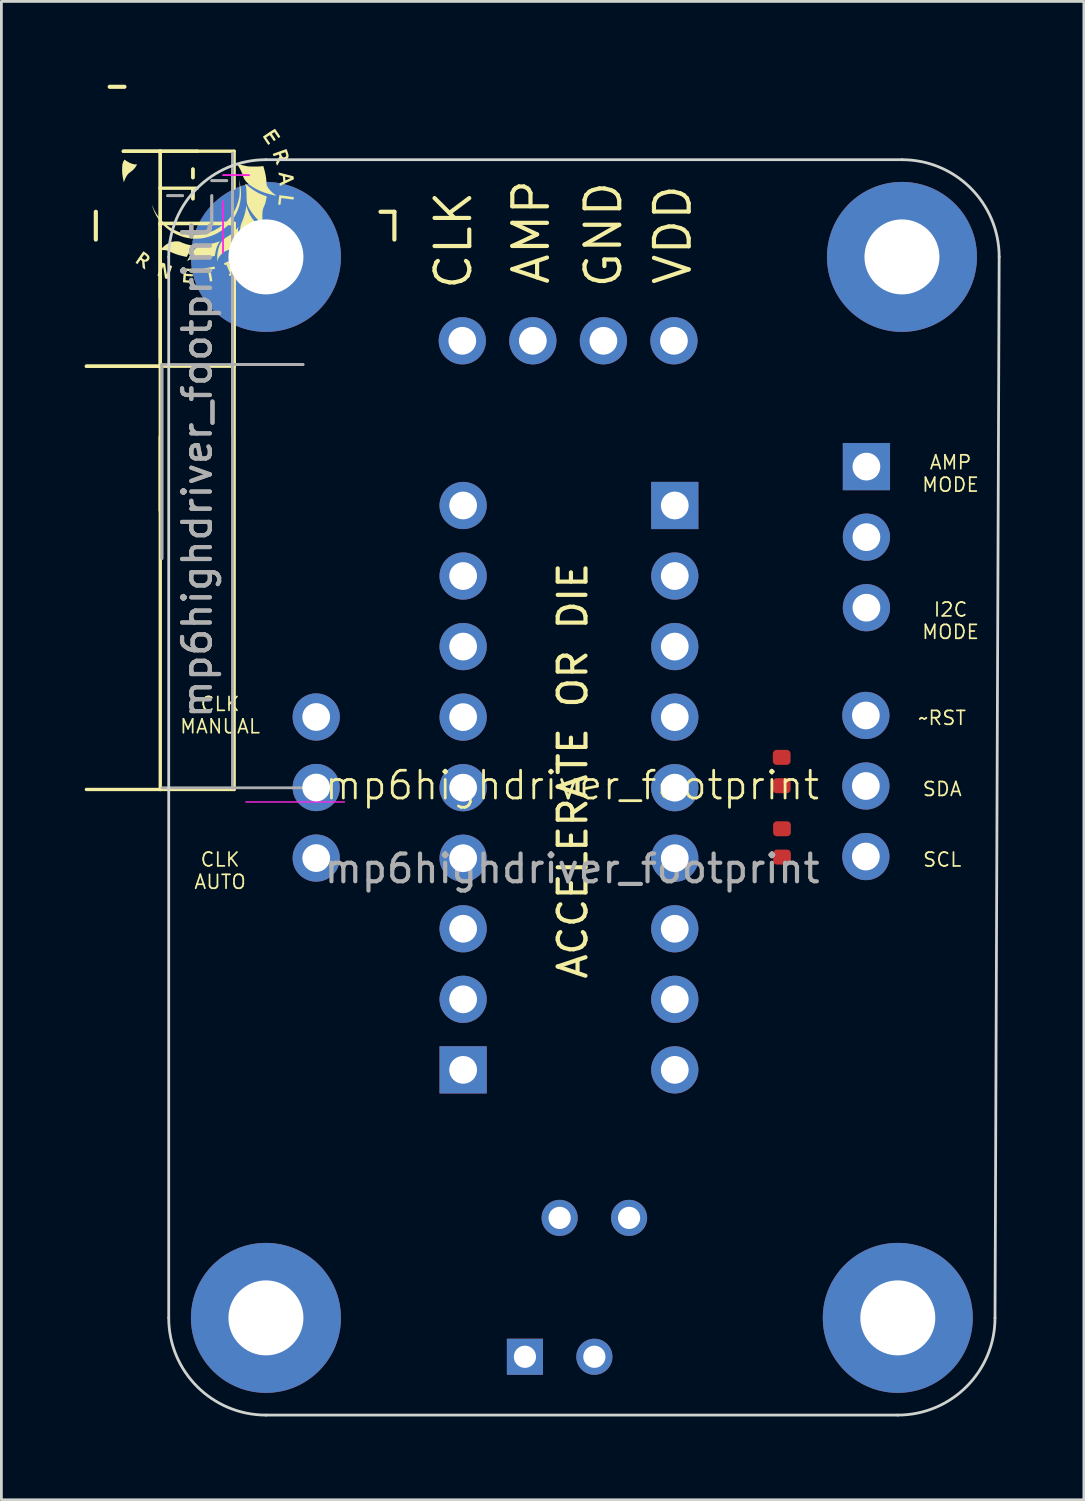
<source format=kicad_pcb>
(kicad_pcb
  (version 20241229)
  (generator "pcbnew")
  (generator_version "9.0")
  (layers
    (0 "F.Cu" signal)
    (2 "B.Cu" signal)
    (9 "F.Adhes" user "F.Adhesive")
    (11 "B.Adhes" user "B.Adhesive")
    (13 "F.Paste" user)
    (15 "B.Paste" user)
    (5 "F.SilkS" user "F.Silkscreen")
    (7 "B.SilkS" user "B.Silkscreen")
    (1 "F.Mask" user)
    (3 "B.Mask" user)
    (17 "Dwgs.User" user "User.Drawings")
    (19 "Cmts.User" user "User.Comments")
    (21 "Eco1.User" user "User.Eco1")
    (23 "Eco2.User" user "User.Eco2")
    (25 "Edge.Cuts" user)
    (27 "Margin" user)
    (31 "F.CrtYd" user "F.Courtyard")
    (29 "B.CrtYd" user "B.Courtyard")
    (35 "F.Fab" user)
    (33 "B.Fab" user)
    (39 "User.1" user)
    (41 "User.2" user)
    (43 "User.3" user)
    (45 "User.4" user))
  (footprint "mp6highdriver_footprint"
    (layer "F.Cu")
    (at 17.55 25.725)
    (property "Reference" "mp6highdriver_footprint" (at 0 -0.5 0) (unlocked yes) (layer "F.SilkS") (effects (font (size 1 1) (thickness 0.1))))
    (attr smd)
    (fp_line (start -17.15 -20.15) (end -17.15 -21.15) (stroke (width 0.15) (type solid)) (layer "F.SilkS"))
    (fp_line (start -16.65 -25.65) (end -16.12 -25.65) (stroke (width 0.15) (type solid)) (layer "F.SilkS"))
    (fp_line (start -14.83 -23.33) (end -16.16 -23.33) (stroke (width 0.12) (type solid)) (layer "F.SilkS"))
    (fp_line (start -14.83 -23.33) (end -16.16 -23.33) (stroke (width 0.12) (type solid)) (layer "F.SilkS"))
    (fp_line (start -14.83 -23.33) (end -14.83 -22) (stroke (width 0.12) (type solid)) (layer "F.SilkS"))
    (fp_line (start -14.83 -23.33) (end -13.5 -23.33) (stroke (width 0.12) (type solid)) (layer "F.SilkS"))
    (fp_line (start -14.83 -22) (end -14.83 -23.33) (stroke (width 0.12) (type solid)) (layer "F.SilkS"))
    (fp_line (start -14.83 -22) (end -14.83 -20.67) (stroke (width 0.12) (type solid)) (layer "F.SilkS"))
    (fp_line (start -14.83 -22) (end -14.83 -20.67) (stroke (width 0.12) (type solid)) (layer "F.SilkS"))
    (fp_line (start -14.83 -22) (end -13.5 -22) (stroke (width 0.12) (type solid)) (layer "F.SilkS"))
    (fp_line (start -14.83 -20.73) (end -14.83 -18.07) (stroke (width 0.12) (type solid)) (layer "F.SilkS"))
    (fp_line (start -14.83 -20.73) (end -14.83 -15.59) (stroke (width 0.12) (type solid)) (layer "F.SilkS"))
    (fp_line (start -14.83 -20.73) (end -14.83 -0.35) (stroke (width 0.12) (type solid)) (layer "F.SilkS"))
    (fp_line (start -14.83 -20.73) (end -12.17 -20.73) (stroke (width 0.12) (type solid)) (layer "F.SilkS"))
    (fp_line (start -14.83 -20.73) (end -12.17 -20.73) (stroke (width 0.12) (type solid)) (layer "F.SilkS"))
    (fp_line (start -14.83 -15.59) (end -17.49 -15.59) (stroke (width 0.12) (type solid)) (layer "F.SilkS"))
    (fp_line (start -14.83 -15.59) (end -17.49 -15.59) (stroke (width 0.12) (type solid)) (layer "F.SilkS"))
    (fp_line (start -14.83 -15.59) (end -12.17 -15.59) (stroke (width 0.12) (type solid)) (layer "F.SilkS"))
    (fp_line (start -14.83 -13.05) (end -14.83 -10.39) (stroke (width 0.12) (type solid)) (layer "F.SilkS"))
    (fp_line (start -14.83 -0.35) (end -17.49 -0.35) (stroke (width 0.12) (type solid)) (layer "F.SilkS"))
    (fp_line (start -14.83 -0.35) (end -12.17 -0.35) (stroke (width 0.12) (type solid)) (layer "F.SilkS"))
    (fp_line (start -13.654 -22.38) (end -13.654 -22.687) (stroke (width 0.12) (type solid)) (layer "F.SilkS"))
    (fp_line (start -13.654 -22.38) (end -13.654 -22.687) (stroke (width 0.12) (type solid)) (layer "F.SilkS"))
    (fp_line (start -13.654 -21.62) (end -13.654 -21.927) (stroke (width 0.12) (type solid)) (layer "F.SilkS"))
    (fp_line (start -13.654 -21.62) (end -13.654 -21.927) (stroke (width 0.12) (type solid)) (layer "F.SilkS"))
    (fp_line (start -13.5 -23.33) (end -14.83 -23.33) (stroke (width 0.12) (type solid)) (layer "F.SilkS"))
    (fp_line (start -13.5 -23.33) (end -12.17 -23.33) (stroke (width 0.12) (type solid)) (layer "F.SilkS"))
    (fp_line (start -12.17 -23.33) (end -12.17 -22) (stroke (width 0.12) (type solid)) (layer "F.SilkS"))
    (fp_line (start -12.17 -20.73) (end -12.17 -15.59) (stroke (width 0.12) (type solid)) (layer "F.SilkS"))
    (fp_line (start -12.17 -20.73) (end -12.17 -0.35) (stroke (width 0.12) (type solid)) (layer "F.SilkS"))
    (fp_line (start -6.9 -21.15) (end -6.4 -21.15) (stroke (width 0.15) (type solid)) (layer "F.SilkS"))
    (fp_line (start -6.4 -20.15) (end -6.4 -21.15) (stroke (width 0.15) (type solid)) (layer "F.SilkS"))
    (fp_poly (pts (xy -15.837 -23.957) (xy -15.841 -23.954) (xy -15.845 -23.957) (xy -15.841 -23.961)) (stroke (width 0) (type solid)) (fill yes) (layer "F.SilkS"))
    (fp_poly (pts (xy -15.131 -21.411) (xy -15.13 -21.403) (xy -15.131 -21.402) (xy -15.135 -21.403) (xy -15.135 -21.407) (xy -15.133 -21.413)) (stroke (width 0) (type solid)) (fill yes) (layer "F.SilkS"))
    (fp_poly (pts (xy -16.058 -22.987) (xy -15.994 -22.947) (xy -15.93 -22.913) (xy -15.866 -22.886) (xy -15.805 -22.867) (xy -15.75 -22.857) (xy -15.706 -22.856) (xy -15.664 -22.86) (xy -15.685 -22.819) (xy -15.729 -22.747) (xy -15.786 -22.679) (xy -15.854 -22.617) (xy -15.903 -22.581) (xy -15.931 -22.56) (xy -15.959 -22.538) (xy -15.98 -22.518) (xy -15.984 -22.514) (xy -16.021 -22.468) (xy -16.056 -22.412) (xy -16.088 -22.351) (xy -16.114 -22.289) (xy -16.126 -22.253) (xy -16.133 -22.229) (xy -16.138 -22.217) (xy -16.141 -22.216) (xy -16.144 -22.224) (xy -16.145 -22.228) (xy -16.15 -22.251) (xy -16.156 -22.275) (xy -16.161 -22.298) (xy -16.168 -22.331) (xy -16.175 -22.371) (xy -16.182 -22.414) (xy -16.189 -22.456) (xy -16.194 -22.493) (xy -16.197 -22.52) (xy -16.2 -22.558) (xy -16.202 -22.604) (xy -16.203 -22.654) (xy -16.202 -22.706) (xy -16.201 -22.757) (xy -16.198 -22.803) (xy -16.195 -22.841) (xy -16.19 -22.868) (xy -16.19 -22.869) (xy -16.178 -22.91) (xy -16.163 -22.949) (xy -16.146 -22.984) (xy -16.13 -23.01) (xy -16.129 -23.011) (xy -16.116 -23.027)) (stroke (width 0) (type solid)) (fill yes) (layer "F.SilkS"))
    (fp_poly (pts (xy -11.7 -21.275) (xy -11.67 -21.192) (xy -11.632 -21.107) (xy -11.591 -21.025) (xy -11.548 -20.952) (xy -11.537 -20.934) (xy -11.507 -20.893) (xy -11.469 -20.848) (xy -11.426 -20.802) (xy -11.414 -20.789) (xy -11.335 -20.711) (xy -11.37 -20.663) (xy -11.408 -20.61) (xy -11.454 -20.55) (xy -11.505 -20.485) (xy -11.561 -20.417) (xy -11.571 -20.404) (xy -11.615 -20.35) (xy -11.651 -20.3) (xy -11.681 -20.252) (xy -11.707 -20.202) (xy -11.731 -20.145) (xy -11.755 -20.079) (xy -11.759 -20.067) (xy -11.77 -20.033) (xy -11.782 -19.993) (xy -11.794 -19.95) (xy -11.806 -19.906) (xy -11.817 -19.864) (xy -11.826 -19.827) (xy -11.832 -19.797) (xy -11.835 -19.777) (xy -11.836 -19.773) (xy -11.838 -19.759) (xy -11.842 -19.754) (xy -11.846 -19.759) (xy -11.852 -19.776) (xy -11.86 -19.803) (xy -11.87 -19.838) (xy -11.878 -19.871) (xy -11.91 -20.016) (xy -11.934 -20.156) (xy -11.949 -20.288) (xy -11.952 -20.318) (xy -11.956 -20.416) (xy -11.955 -20.503) (xy -11.948 -20.582) (xy -11.934 -20.655) (xy -11.913 -20.725) (xy -11.886 -20.792) (xy -11.851 -20.877) (xy -11.818 -20.969) (xy -11.789 -21.064) (xy -11.765 -21.159) (xy -11.748 -21.248) (xy -11.74 -21.304) (xy -11.732 -21.371)) (stroke (width 0) (type solid)) (fill yes) (layer "F.SilkS"))
    (fp_poly (pts (xy -14.179 -20.084) (xy -14.14 -20.076) (xy -14.104 -20.064) (xy -14.08 -20.053) (xy -14.035 -20.034) (xy -13.981 -20.013) (xy -13.921 -19.993) (xy -13.861 -19.975) (xy -13.805 -19.961) (xy -13.792 -19.958) (xy -13.753 -19.951) (xy -13.717 -19.946) (xy -13.678 -19.943) (xy -13.632 -19.941) (xy -13.604 -19.941) (xy -13.495 -19.941) (xy -13.531 -19.921) (xy -13.595 -19.88) (xy -13.661 -19.826) (xy -13.698 -19.79) (xy -13.726 -19.759) (xy -13.756 -19.721) (xy -13.786 -19.679) (xy -13.815 -19.637) (xy -13.839 -19.598) (xy -13.856 -19.565) (xy -13.859 -19.558) (xy -13.87 -19.538) (xy -13.88 -19.527) (xy -13.884 -19.526) (xy -13.895 -19.527) (xy -13.917 -19.532) (xy -13.946 -19.538) (xy -13.974 -19.544) (xy -14.114 -19.578) (xy -14.243 -19.617) (xy -14.367 -19.664) (xy -14.461 -19.705) (xy -14.529 -19.734) (xy -14.589 -19.755) (xy -14.645 -19.767) (xy -14.701 -19.772) (xy -14.717 -19.772) (xy -14.768 -19.768) (xy -14.808 -19.757) (xy -14.841 -19.737) (xy -14.845 -19.733) (xy -14.854 -19.726) (xy -14.854 -19.729) (xy -14.848 -19.74) (xy -14.836 -19.756) (xy -14.82 -19.777) (xy -14.802 -19.8) (xy -14.782 -19.824) (xy -14.762 -19.846) (xy -14.744 -19.865) (xy -14.665 -19.937) (xy -14.582 -19.994) (xy -14.496 -20.038) (xy -14.407 -20.068) (xy -14.315 -20.084) (xy -14.278 -20.086) (xy -14.223 -20.087)) (stroke (width 0) (type solid)) (fill yes) (layer "F.SilkS"))
    (fp_poly (pts (xy -12.329 -19.347) (xy -12.32 -19.328) (xy -12.314 -19.315) (xy -12.313 -19.312) (xy -12.319 -19.308) (xy -12.334 -19.301) (xy -12.342 -19.298) (xy -12.37 -19.287) (xy -12.317 -19.165) (xy -12.299 -19.123) (xy -12.281 -19.082) (xy -12.265 -19.046) (xy -12.252 -19.017) (xy -12.246 -19.002) (xy -12.227 -18.96) (xy -12.204 -18.972) (xy -12.186 -18.98) (xy -12.174 -18.979) (xy -12.163 -18.967) (xy -12.154 -18.949) (xy -12.141 -18.919) (xy -12.234 -18.878) (xy -12.268 -18.864) (xy -12.297 -18.851) (xy -12.32 -18.842) (xy -12.332 -18.838) (xy -12.334 -18.838) (xy -12.34 -18.844) (xy -12.349 -18.859) (xy -12.352 -18.867) (xy -12.36 -18.891) (xy -12.358 -18.905) (xy -12.347 -18.91) (xy -12.347 -18.91) (xy -12.334 -18.914) (xy -12.325 -18.92) (xy -12.321 -18.923) (xy -12.32 -18.93) (xy -12.321 -18.94) (xy -12.325 -18.954) (xy -12.332 -18.975) (xy -12.343 -19.003) (xy -12.359 -19.039) (xy -12.378 -19.085) (xy -12.403 -19.141) (xy -12.433 -19.21) (xy -12.436 -19.216) (xy -12.451 -19.25) (xy -12.477 -19.239) (xy -12.494 -19.232) (xy -12.505 -19.229) (xy -12.506 -19.228) (xy -12.512 -19.234) (xy -12.519 -19.249) (xy -12.527 -19.267) (xy -12.532 -19.284) (xy -12.533 -19.293) (xy -12.533 -19.294) (xy -12.524 -19.298) (xy -12.505 -19.308) (xy -12.478 -19.32) (xy -12.445 -19.335) (xy -12.435 -19.339) (xy -12.344 -19.379)) (stroke (width 0) (type solid)) (fill yes) (layer "F.SilkS"))
    (fp_poly (pts (xy -11.626 -19.77) (xy -11.607 -19.746) (xy -11.594 -19.726) (xy -11.59 -19.713) (xy -11.591 -19.71) (xy -11.6 -19.707) (xy -11.618 -19.704) (xy -11.639 -19.702) (xy -11.691 -19.693) (xy -11.737 -19.674) (xy -11.776 -19.647) (xy -11.804 -19.613) (xy -11.817 -19.586) (xy -11.823 -19.547) (xy -11.818 -19.506) (xy -11.802 -19.465) (xy -11.777 -19.425) (xy -11.746 -19.39) (xy -11.709 -19.363) (xy -11.67 -19.345) (xy -11.65 -19.34) (xy -11.617 -19.341) (xy -11.58 -19.353) (xy -11.544 -19.374) (xy -11.526 -19.39) (xy -11.509 -19.409) (xy -11.493 -19.433) (xy -11.478 -19.458) (xy -11.469 -19.48) (xy -11.467 -19.491) (xy -11.462 -19.504) (xy -11.456 -19.515) (xy -11.448 -19.523) (xy -11.441 -19.523) (xy -11.431 -19.513) (xy -11.426 -19.507) (xy -11.406 -19.483) (xy -11.395 -19.467) (xy -11.391 -19.454) (xy -11.393 -19.442) (xy -11.4 -19.426) (xy -11.4 -19.426) (xy -11.433 -19.374) (xy -11.473 -19.33) (xy -11.519 -19.295) (xy -11.568 -19.269) (xy -11.619 -19.255) (xy -11.669 -19.253) (xy -11.695 -19.257) (xy -11.743 -19.276) (xy -11.79 -19.307) (xy -11.833 -19.348) (xy -11.869 -19.398) (xy -11.897 -19.453) (xy -11.906 -19.491) (xy -11.909 -19.535) (xy -11.905 -19.579) (xy -11.897 -19.612) (xy -11.871 -19.659) (xy -11.833 -19.702) (xy -11.785 -19.739) (xy -11.729 -19.768) (xy -11.696 -19.78) (xy -11.646 -19.795)) (stroke (width 0) (type solid)) (fill yes) (layer "F.SilkS"))
    (fp_poly (pts (xy -10.512 -21.744) (xy -10.483 -21.74) (xy -10.445 -21.735) (xy -10.401 -21.729) (xy -10.352 -21.722) (xy -10.3 -21.716) (xy -10.247 -21.709) (xy -10.196 -21.702) (xy -10.148 -21.696) (xy -10.106 -21.691) (xy -10.071 -21.686) (xy -10.045 -21.683) (xy -10.031 -21.682) (xy -10.029 -21.682) (xy -10.024 -21.677) (xy -10.023 -21.661) (xy -10.024 -21.64) (xy -10.027 -21.617) (xy -10.031 -21.599) (xy -10.033 -21.593) (xy -10.041 -21.593) (xy -10.061 -21.594) (xy -10.09 -21.596) (xy -10.126 -21.6) (xy -10.142 -21.602) (xy -10.19 -21.608) (xy -10.242 -21.615) (xy -10.292 -21.622) (xy -10.334 -21.627) (xy -10.334 -21.627) (xy -10.371 -21.632) (xy -10.405 -21.637) (xy -10.432 -21.641) (xy -10.447 -21.643) (xy -10.473 -21.647) (xy -10.478 -21.597) (xy -10.48 -21.57) (xy -10.483 -21.547) (xy -10.485 -21.533) (xy -10.487 -21.519) (xy -10.49 -21.495) (xy -10.493 -21.472) (xy -10.497 -21.438) (xy -10.501 -21.416) (xy -10.509 -21.404) (xy -10.521 -21.4) (xy -10.542 -21.401) (xy -10.564 -21.405) (xy -10.58 -21.411) (xy -10.584 -21.42) (xy -10.583 -21.431) (xy -10.58 -21.453) (xy -10.576 -21.485) (xy -10.571 -21.524) (xy -10.566 -21.568) (xy -10.566 -21.568) (xy -10.56 -21.612) (xy -10.555 -21.653) (xy -10.55 -21.688) (xy -10.547 -21.713) (xy -10.546 -21.726) (xy -10.544 -21.74) (xy -10.539 -21.745) (xy -10.526 -21.746)) (stroke (width 0) (type solid)) (fill yes) (layer "F.SilkS"))
    (fp_poly (pts (xy -12.685 -20.088) (xy -12.692 -20.076) (xy -12.704 -20.056) (xy -12.715 -20.039) (xy -12.752 -19.975) (xy -12.785 -19.9) (xy -12.813 -19.82) (xy -12.819 -19.8) (xy -12.824 -19.778) (xy -12.831 -19.747) (xy -12.839 -19.71) (xy -12.846 -19.672) (xy -12.853 -19.636) (xy -12.859 -19.604) (xy -12.862 -19.58) (xy -12.863 -19.568) (xy -12.87 -19.564) (xy -12.889 -19.558) (xy -12.918 -19.55) (xy -12.955 -19.542) (xy -12.998 -19.533) (xy -13.044 -19.525) (xy -13.088 -19.518) (xy -13.122 -19.514) (xy -13.156 -19.51) (xy -13.193 -19.508) (xy -13.237 -19.506) (xy -13.288 -19.505) (xy -13.351 -19.505) (xy -13.366 -19.505) (xy -13.554 -19.506) (xy -13.634 -19.478) (xy -13.694 -19.456) (xy -13.747 -19.434) (xy -13.792 -19.413) (xy -13.826 -19.394) (xy -13.84 -19.383) (xy -13.862 -19.364) (xy -13.855 -19.384) (xy -13.849 -19.398) (xy -13.837 -19.421) (xy -13.823 -19.451) (xy -13.806 -19.485) (xy -13.802 -19.491) (xy -13.748 -19.59) (xy -13.69 -19.678) (xy -13.63 -19.754) (xy -13.569 -19.818) (xy -13.506 -19.869) (xy -13.442 -19.907) (xy -13.379 -19.931) (xy -13.346 -19.938) (xy -13.244 -19.955) (xy -13.154 -19.97) (xy -13.073 -19.985) (xy -12.999 -20) (xy -12.93 -20.015) (xy -12.889 -20.024) (xy -12.845 -20.036) (xy -12.801 -20.048) (xy -12.761 -20.06) (xy -12.726 -20.072) (xy -12.7 -20.083) (xy -12.685 -20.091) (xy -12.685 -20.091)) (stroke (width 0) (type solid)) (fill yes) (layer "F.SilkS"))
    (fp_poly (pts (xy -12.874 -19.176) (xy -12.872 -19.168) (xy -12.868 -19.151) (xy -12.865 -19.137) (xy -12.862 -19.115) (xy -12.862 -19.103) (xy -12.867 -19.098) (xy -12.877 -19.095) (xy -12.893 -19.092) (xy -12.918 -19.087) (xy -12.948 -19.081) (xy -12.959 -19.079) (xy -12.989 -19.073) (xy -13.008 -19.069) (xy -13.018 -19.064) (xy -13.021 -19.057) (xy -13.022 -19.048) (xy -13.02 -19.036) (xy -13.017 -19.012) (xy -13.011 -18.978) (xy -13.004 -18.936) (xy -12.995 -18.888) (xy -12.987 -18.845) (xy -12.978 -18.795) (xy -12.97 -18.75) (xy -12.964 -18.711) (xy -12.959 -18.681) (xy -12.957 -18.662) (xy -12.957 -18.655) (xy -12.966 -18.652) (xy -12.985 -18.648) (xy -13.001 -18.645) (xy -13.04 -18.641) (xy -13.077 -18.844) (xy -13.087 -18.904) (xy -13.096 -18.95) (xy -13.103 -18.985) (xy -13.108 -19.011) (xy -13.113 -19.029) (xy -13.117 -19.039) (xy -13.121 -19.045) (xy -13.125 -19.047) (xy -13.127 -19.047) (xy -13.14 -19.046) (xy -13.164 -19.042) (xy -13.194 -19.037) (xy -13.212 -19.034) (xy -13.282 -19.021) (xy -13.289 -19.058) (xy -13.292 -19.08) (xy -13.293 -19.095) (xy -13.293 -19.099) (xy -13.285 -19.102) (xy -13.266 -19.107) (xy -13.24 -19.112) (xy -13.22 -19.116) (xy -13.189 -19.122) (xy -13.148 -19.129) (xy -13.1 -19.137) (xy -13.051 -19.146) (xy -13.012 -19.153) (xy -12.97 -19.161) (xy -12.932 -19.167) (xy -12.903 -19.172) (xy -12.882 -19.175) (xy -12.874 -19.176)) (stroke (width 0) (type solid)) (fill yes) (layer "F.SilkS"))
    (fp_poly (pts (xy -11.762 -22.158) (xy -11.744 -22.143) (xy -11.727 -22.127) (xy -11.637 -22.05) (xy -11.54 -21.977) (xy -11.439 -21.908) (xy -11.335 -21.847) (xy -11.232 -21.794) (xy -11.132 -21.752) (xy -11.087 -21.736) (xy -11.054 -21.725) (xy -11.026 -21.716) (xy -11.007 -21.709) (xy -10.998 -21.706) (xy -10.998 -21.706) (xy -10.998 -21.699) (xy -11.001 -21.681) (xy -11.005 -21.654) (xy -11.011 -21.621) (xy -11.018 -21.586) (xy -11.025 -21.55) (xy -11.032 -21.517) (xy -11.038 -21.49) (xy -11.04 -21.483) (xy -11.05 -21.449) (xy -11.065 -21.409) (xy -11.081 -21.371) (xy -11.087 -21.36) (xy -11.11 -21.308) (xy -11.127 -21.258) (xy -11.139 -21.206) (xy -11.148 -21.146) (xy -11.151 -21.105) (xy -11.153 -21.053) (xy -11.154 -20.995) (xy -11.153 -20.935) (xy -11.152 -20.876) (xy -11.149 -20.824) (xy -11.147 -20.799) (xy -11.143 -20.759) (xy -11.142 -20.732) (xy -11.144 -20.718) (xy -11.152 -20.715) (xy -11.166 -20.723) (xy -11.188 -20.742) (xy -11.22 -20.77) (xy -11.221 -20.771) (xy -11.31 -20.858) (xy -11.394 -20.947) (xy -11.471 -21.039) (xy -11.539 -21.13) (xy -11.598 -21.219) (xy -11.646 -21.304) (xy -11.655 -21.322) (xy -11.672 -21.358) (xy -11.685 -21.39) (xy -11.696 -21.42) (xy -11.704 -21.45) (xy -11.71 -21.483) (xy -11.715 -21.521) (xy -11.718 -21.565) (xy -11.72 -21.618) (xy -11.722 -21.682) (xy -11.722 -21.732) (xy -11.724 -21.815) (xy -11.726 -21.886) (xy -11.73 -21.946) (xy -11.735 -21.998) (xy -11.742 -22.044) (xy -11.751 -22.085) (xy -11.762 -22.124) (xy -11.775 -22.163) (xy -11.776 -22.164) (xy -11.773 -22.165)) (stroke (width 0) (type solid)) (fill yes) (layer "F.SilkS"))
    (fp_poly (pts (xy -12.12 -22.916) (xy -12.104 -22.909) (xy -12.096 -22.905) (xy -12.054 -22.886) (xy -12.001 -22.866) (xy -11.939 -22.846) (xy -11.873 -22.827) (xy -11.804 -22.811) (xy -11.737 -22.797) (xy -11.709 -22.791) (xy -11.665 -22.786) (xy -11.611 -22.782) (xy -11.547 -22.779) (xy -11.479 -22.778) (xy -11.408 -22.778) (xy -11.337 -22.779) (xy -11.27 -22.782) (xy -11.21 -22.786) (xy -11.16 -22.792) (xy -11.147 -22.793) (xy -11.12 -22.798) (xy -11.106 -22.748) (xy -11.074 -22.636) (xy -11.05 -22.535) (xy -11.031 -22.442) (xy -11.018 -22.354) (xy -11.01 -22.269) (xy -11.007 -22.22) (xy -11.005 -22.173) (xy -11 -22.133) (xy -10.994 -22.105) (xy -10.993 -22.102) (xy -10.966 -22.044) (xy -10.926 -21.983) (xy -10.873 -21.921) (xy -10.809 -21.857) (xy -10.735 -21.795) (xy -10.71 -21.776) (xy -10.687 -21.758) (xy -10.669 -21.745) (xy -10.658 -21.736) (xy -10.657 -21.735) (xy -10.659 -21.733) (xy -10.672 -21.733) (xy -10.692 -21.735) (xy -10.713 -21.738) (xy -10.725 -21.741) (xy -10.827 -21.767) (xy -10.918 -21.791) (xy -10.999 -21.814) (xy -11.072 -21.838) (xy -11.139 -21.862) (xy -11.204 -21.888) (xy -11.267 -21.916) (xy -11.331 -21.947) (xy -11.351 -21.957) (xy -11.424 -21.997) (xy -11.497 -22.041) (xy -11.565 -22.087) (xy -11.628 -22.133) (xy -11.682 -22.179) (xy -11.726 -22.222) (xy -11.741 -22.239) (xy -11.788 -22.302) (xy -11.824 -22.366) (xy -11.848 -22.429) (xy -11.85 -22.436) (xy -11.87 -22.501) (xy -11.901 -22.575) (xy -11.941 -22.658) (xy -11.952 -22.68) (xy -11.989 -22.745) (xy -12.024 -22.799) (xy -12.06 -22.845) (xy -12.089 -22.877) (xy -12.107 -22.897) (xy -12.121 -22.911) (xy -12.127 -22.919) (xy -12.127 -22.919)) (stroke (width 0) (type solid)) (fill yes) (layer "F.SilkS"))
    (fp_poly (pts (xy -12.013 -20.604) (xy -12.017 -20.587) (xy -12.022 -20.563) (xy -12.022 -20.562) (xy -12.027 -20.539) (xy -12.03 -20.512) (xy -12.032 -20.476) (xy -12.033 -20.431) (xy -12.034 -20.375) (xy -12.034 -20.346) (xy -12.034 -20.289) (xy -12.034 -20.244) (xy -12.032 -20.207) (xy -12.03 -20.176) (xy -12.027 -20.148) (xy -12.023 -20.119) (xy -12.018 -20.097) (xy -12.012 -20.062) (xy -12.005 -20.032) (xy -12 -20.009) (xy -11.998 -19.998) (xy -11.998 -19.99) (xy -12.003 -19.982) (xy -12.015 -19.971) (xy -12.036 -19.956) (xy -12.058 -19.943) (xy -12.116 -19.908) (xy -12.178 -19.874) (xy -12.239 -19.841) (xy -12.299 -19.811) (xy -12.354 -19.785) (xy -12.403 -19.764) (xy -12.442 -19.75) (xy -12.451 -19.748) (xy -12.469 -19.74) (xy -12.494 -19.727) (xy -12.521 -19.711) (xy -12.526 -19.708) (xy -12.592 -19.659) (xy -12.65 -19.604) (xy -12.698 -19.543) (xy -12.735 -19.48) (xy -12.76 -19.415) (xy -12.769 -19.374) (xy -12.772 -19.353) (xy -12.774 -19.345) (xy -12.775 -19.351) (xy -12.776 -19.359) (xy -12.777 -19.386) (xy -12.778 -19.422) (xy -12.778 -19.464) (xy -12.777 -19.507) (xy -12.776 -19.547) (xy -12.775 -19.582) (xy -12.773 -19.608) (xy -12.773 -19.614) (xy -12.755 -19.728) (xy -12.732 -19.83) (xy -12.702 -19.921) (xy -12.665 -20.003) (xy -12.62 -20.076) (xy -12.601 -20.103) (xy -12.574 -20.134) (xy -12.542 -20.164) (xy -12.504 -20.194) (xy -12.455 -20.226) (xy -12.421 -20.247) (xy -12.383 -20.271) (xy -12.341 -20.299) (xy -12.301 -20.326) (xy -12.281 -20.341) (xy -12.242 -20.371) (xy -12.201 -20.407) (xy -12.159 -20.445) (xy -12.119 -20.483) (xy -12.084 -20.52) (xy -12.056 -20.552) (xy -12.041 -20.572) (xy -12.027 -20.591) (xy -12.017 -20.605) (xy -12.013 -20.611)) (stroke (width 0) (type solid)) (fill yes) (layer "F.SilkS"))
    (fp_poly (pts (xy -10.552 -22.56) (xy -10.539 -22.557) (xy -10.514 -22.551) (xy -10.479 -22.542) (xy -10.438 -22.532) (xy -10.391 -22.52) (xy -10.363 -22.513) (xy -10.311 -22.499) (xy -10.258 -22.486) (xy -10.208 -22.473) (xy -10.164 -22.462) (xy -10.13 -22.453) (xy -10.121 -22.451) (xy -10.089 -22.443) (xy -10.062 -22.434) (xy -10.043 -22.428) (xy -10.036 -22.424) (xy -10.031 -22.413) (xy -10.027 -22.392) (xy -10.024 -22.368) (xy -10.019 -22.321) (xy -10.108 -22.279) (xy -10.186 -22.241) (xy -10.253 -22.209) (xy -10.309 -22.183) (xy -10.355 -22.16) (xy -10.394 -22.141) (xy -10.427 -22.126) (xy -10.453 -22.113) (xy -10.46 -22.109) (xy -10.487 -22.097) (xy -10.508 -22.086) (xy -10.52 -22.081) (xy -10.523 -22.08) (xy -10.524 -22.086) (xy -10.527 -22.103) (xy -10.53 -22.127) (xy -10.532 -22.151) (xy -10.533 -22.169) (xy -10.532 -22.177) (xy -10.525 -22.181) (xy -10.507 -22.189) (xy -10.483 -22.201) (xy -10.465 -22.209) (xy -10.401 -22.239) (xy -10.405 -22.288) (xy -10.409 -22.323) (xy -10.412 -22.361) (xy -10.414 -22.384) (xy -10.417 -22.403) (xy -10.336 -22.403) (xy -10.335 -22.396) (xy -10.332 -22.381) (xy -10.329 -22.356) (xy -10.327 -22.331) (xy -10.324 -22.307) (xy -10.32 -22.289) (xy -10.316 -22.282) (xy -10.316 -22.282) (xy -10.308 -22.285) (xy -10.289 -22.293) (xy -10.262 -22.305) (xy -10.23 -22.32) (xy -10.222 -22.324) (xy -10.133 -22.365) (xy -10.226 -22.389) (xy -10.268 -22.399) (xy -10.298 -22.406) (xy -10.318 -22.41) (xy -10.33 -22.411) (xy -10.335 -22.409) (xy -10.336 -22.403) (xy -10.417 -22.403) (xy -10.417 -22.408) (xy -10.421 -22.427) (xy -10.424 -22.435) (xy -10.432 -22.439) (xy -10.452 -22.444) (xy -10.478 -22.452) (xy -10.495 -22.456) (xy -10.527 -22.464) (xy -10.547 -22.47) (xy -10.559 -22.479) (xy -10.566 -22.492) (xy -10.569 -22.513) (xy -10.572 -22.534) (xy -10.575 -22.565)) (stroke (width 0) (type solid)) (fill yes) (layer "F.SilkS"))
    (fp_poly (pts (xy -10.694 -24.131) (xy -10.681 -24.114) (xy -10.663 -24.088) (xy -10.64 -24.055) (xy -10.615 -24.018) (xy -10.597 -23.992) (xy -10.566 -23.945) (xy -10.542 -23.908) (xy -10.525 -23.881) (xy -10.515 -23.862) (xy -10.511 -23.85) (xy -10.512 -23.845) (xy -10.512 -23.845) (xy -10.524 -23.837) (xy -10.542 -23.825) (xy -10.547 -23.82) (xy -10.563 -23.81) (xy -10.575 -23.807) (xy -10.577 -23.807) (xy -10.582 -23.815) (xy -10.594 -23.832) (xy -10.611 -23.858) (xy -10.632 -23.889) (xy -10.649 -23.914) (xy -10.671 -23.948) (xy -10.691 -23.977) (xy -10.706 -24) (xy -10.716 -24.014) (xy -10.718 -24.018) (xy -10.725 -24.016) (xy -10.741 -24.007) (xy -10.762 -23.994) (xy -10.768 -23.99) (xy -10.814 -23.96) (xy -10.742 -23.852) (xy -10.719 -23.817) (xy -10.699 -23.787) (xy -10.684 -23.763) (xy -10.674 -23.747) (xy -10.671 -23.741) (xy -10.676 -23.736) (xy -10.689 -23.726) (xy -10.706 -23.714) (xy -10.723 -23.703) (xy -10.735 -23.696) (xy -10.739 -23.695) (xy -10.743 -23.701) (xy -10.754 -23.718) (xy -10.771 -23.742) (xy -10.791 -23.773) (xy -10.808 -23.798) (xy -10.831 -23.832) (xy -10.851 -23.862) (xy -10.867 -23.886) (xy -10.877 -23.901) (xy -10.881 -23.906) (xy -10.888 -23.904) (xy -10.905 -23.896) (xy -10.929 -23.882) (xy -10.952 -23.868) (xy -11.018 -23.823) (xy -10.872 -23.605) (xy -10.888 -23.593) (xy -10.907 -23.58) (xy -10.923 -23.569) (xy -10.942 -23.557) (xy -11.038 -23.701) (xy -11.065 -23.741) (xy -11.089 -23.778) (xy -11.109 -23.809) (xy -11.123 -23.833) (xy -11.132 -23.847) (xy -11.134 -23.851) (xy -11.128 -23.857) (xy -11.112 -23.869) (xy -11.086 -23.887) (xy -11.054 -23.91) (xy -11.016 -23.935) (xy -10.975 -23.963) (xy -10.931 -23.993) (xy -10.886 -24.022) (xy -10.843 -24.05) (xy -10.803 -24.076) (xy -10.767 -24.099) (xy -10.737 -24.118) (xy -10.714 -24.131) (xy -10.702 -24.138) (xy -10.699 -24.138)) (stroke (width 0) (type solid)) (fill yes) (layer "F.SilkS"))
    (fp_poly (pts (xy -11.146 -20.36) (xy -11.131 -20.35) (xy -11.113 -20.336) (xy -11.096 -20.322) (xy -11.085 -20.311) (xy -11.083 -20.307) (xy -11.089 -20.301) (xy -11.105 -20.291) (xy -11.127 -20.279) (xy -11.129 -20.278) (xy -11.168 -20.256) (xy -11.201 -20.228) (xy -11.229 -20.197) (xy -11.248 -20.166) (xy -11.259 -20.135) (xy -11.258 -20.109) (xy -11.256 -20.102) (xy -11.24 -20.081) (xy -11.217 -20.07) (xy -11.196 -20.071) (xy -11.183 -20.077) (xy -11.163 -20.091) (xy -11.137 -20.111) (xy -11.115 -20.13) (xy -11.076 -20.163) (xy -11.044 -20.186) (xy -11.017 -20.201) (xy -10.992 -20.21) (xy -10.967 -20.213) (xy -10.964 -20.213) (xy -10.927 -20.208) (xy -10.896 -20.193) (xy -10.868 -20.167) (xy -10.843 -20.128) (xy -10.831 -20.085) (xy -10.833 -20.04) (xy -10.848 -19.991) (xy -10.875 -19.942) (xy -10.913 -19.895) (xy -10.936 -19.872) (xy -10.963 -19.849) (xy -10.988 -19.83) (xy -11.011 -19.815) (xy -11.027 -19.808) (xy -11.03 -19.807) (xy -11.039 -19.811) (xy -11.056 -19.822) (xy -11.074 -19.834) (xy -11.093 -19.85) (xy -11.106 -19.862) (xy -11.109 -19.869) (xy -11.102 -19.875) (xy -11.085 -19.884) (xy -11.062 -19.893) (xy -11.024 -19.912) (xy -10.987 -19.939) (xy -10.955 -19.97) (xy -10.931 -20.003) (xy -10.917 -20.033) (xy -10.913 -20.066) (xy -10.92 -20.092) (xy -10.938 -20.11) (xy -10.946 -20.114) (xy -10.963 -20.118) (xy -10.979 -20.116) (xy -10.998 -20.108) (xy -11.021 -20.091) (xy -11.05 -20.066) (xy -11.064 -20.054) (xy -11.107 -20.018) (xy -11.145 -19.993) (xy -11.178 -19.979) (xy -11.21 -19.974) (xy -11.213 -19.974) (xy -11.245 -19.98) (xy -11.278 -19.998) (xy -11.307 -20.022) (xy -11.329 -20.051) (xy -11.34 -20.079) (xy -11.343 -20.129) (xy -11.33 -20.179) (xy -11.304 -20.23) (xy -11.266 -20.278) (xy -11.244 -20.3) (xy -11.22 -20.322) (xy -11.195 -20.341) (xy -11.174 -20.356) (xy -11.159 -20.364) (xy -11.155 -20.365)) (stroke (width 0) (type solid)) (fill yes) (layer "F.SilkS"))
    (fp_poly (pts (xy -13.935 -19.11) (xy -13.897 -19.106) (xy -13.852 -19.103) (xy -13.798 -19.099) (xy -13.732 -19.094) (xy -13.724 -19.094) (xy -13.692 -19.092) (xy -13.666 -19.089) (xy -13.648 -19.087) (xy -13.643 -19.086) (xy -13.64 -19.077) (xy -13.641 -19.067) (xy -13.643 -19.048) (xy -13.644 -19.029) (xy -13.646 -19.014) (xy -13.652 -19.008) (xy -13.667 -19.008) (xy -13.672 -19.009) (xy -13.712 -19.012) (xy -13.753 -19.015) (xy -13.794 -19.018) (xy -13.83 -19.021) (xy -13.861 -19.023) (xy -13.883 -19.024) (xy -13.894 -19.024) (xy -13.895 -19.024) (xy -13.896 -19.016) (xy -13.898 -18.998) (xy -13.9 -18.973) (xy -13.9 -18.971) (xy -13.904 -18.919) (xy -13.852 -18.915) (xy -13.821 -18.912) (xy -13.782 -18.909) (xy -13.742 -18.907) (xy -13.725 -18.905) (xy -13.651 -18.901) (xy -13.655 -18.879) (xy -13.658 -18.857) (xy -13.659 -18.839) (xy -13.659 -18.821) (xy -13.737 -18.826) (xy -13.776 -18.829) (xy -13.815 -18.831) (xy -13.849 -18.834) (xy -13.864 -18.835) (xy -13.912 -18.84) (xy -13.913 -18.804) (xy -13.914 -18.775) (xy -13.916 -18.742) (xy -13.917 -18.728) (xy -13.921 -18.688) (xy -13.886 -18.683) (xy -13.865 -18.681) (xy -13.833 -18.679) (xy -13.796 -18.676) (xy -13.764 -18.674) (xy -13.73 -18.672) (xy -13.702 -18.669) (xy -13.682 -18.666) (xy -13.674 -18.664) (xy -13.674 -18.664) (xy -13.672 -18.654) (xy -13.672 -18.635) (xy -13.673 -18.621) (xy -13.676 -18.597) (xy -13.68 -18.585) (xy -13.688 -18.586) (xy -13.689 -18.587) (xy -13.697 -18.589) (xy -13.716 -18.59) (xy -13.745 -18.593) (xy -13.779 -18.595) (xy -13.782 -18.595) (xy -13.819 -18.597) (xy -13.852 -18.599) (xy -13.879 -18.601) (xy -13.894 -18.603) (xy -13.914 -18.604) (xy -13.941 -18.606) (xy -13.956 -18.607) (xy -13.985 -18.608) (xy -14.002 -18.612) (xy -14.01 -18.621) (xy -14.012 -18.637) (xy -14.01 -18.665) (xy -14.01 -18.667) (xy -14.007 -18.71) (xy -14.004 -18.748) (xy -14.001 -18.784) (xy -13.998 -18.822) (xy -13.995 -18.867) (xy -13.992 -18.917) (xy -13.989 -18.961) (xy -13.986 -19.002) (xy -13.984 -19.038) (xy -13.981 -19.065) (xy -13.98 -19.075) (xy -13.976 -19.114)) (stroke (width 0) (type solid)) (fill yes) (layer "F.SilkS"))
    (fp_poly (pts (xy -15.43 -19.723) (xy -15.414 -19.713) (xy -15.392 -19.698) (xy -15.366 -19.68) (xy -15.339 -19.659) (xy -15.312 -19.639) (xy -15.289 -19.621) (xy -15.272 -19.607) (xy -15.268 -19.603) (xy -15.237 -19.565) (xy -15.22 -19.524) (xy -15.217 -19.483) (xy -15.228 -19.441) (xy -15.243 -19.415) (xy -15.274 -19.382) (xy -15.313 -19.36) (xy -15.357 -19.352) (xy -15.363 -19.351) (xy -15.397 -19.351) (xy -15.393 -19.313) (xy -15.391 -19.291) (xy -15.388 -19.258) (xy -15.384 -19.22) (xy -15.382 -19.189) (xy -15.378 -19.153) (xy -15.375 -19.122) (xy -15.372 -19.098) (xy -15.37 -19.086) (xy -15.369 -19.075) (xy -15.372 -19.071) (xy -15.381 -19.075) (xy -15.399 -19.086) (xy -15.421 -19.101) (xy -15.443 -19.118) (xy -15.456 -19.131) (xy -15.463 -19.143) (xy -15.466 -19.159) (xy -15.466 -19.164) (xy -15.468 -19.185) (xy -15.47 -19.215) (xy -15.473 -19.251) (xy -15.476 -19.275) (xy -15.479 -19.309) (xy -15.481 -19.338) (xy -15.482 -19.358) (xy -15.483 -19.367) (xy -15.488 -19.376) (xy -15.501 -19.39) (xy -15.518 -19.403) (xy -15.533 -19.414) (xy -15.542 -19.417) (xy -15.547 -19.411) (xy -15.559 -19.396) (xy -15.576 -19.373) (xy -15.596 -19.345) (xy -15.599 -19.341) (xy -15.651 -19.265) (xy -15.682 -19.287) (xy -15.701 -19.3) (xy -15.714 -19.311) (xy -15.718 -19.315) (xy -15.714 -19.322) (xy -15.704 -19.338) (xy -15.687 -19.364) (xy -15.666 -19.396) (xy -15.641 -19.433) (xy -15.613 -19.474) (xy -15.601 -19.492) (xy -15.492 -19.492) (xy -15.489 -19.483) (xy -15.475 -19.469) (xy -15.466 -19.463) (xy -15.435 -19.443) (xy -15.411 -19.43) (xy -15.392 -19.425) (xy -15.376 -19.425) (xy -15.357 -19.431) (xy -15.357 -19.431) (xy -15.339 -19.443) (xy -15.322 -19.462) (xy -15.31 -19.485) (xy -15.305 -19.505) (xy -15.306 -19.512) (xy -15.318 -19.535) (xy -15.341 -19.561) (xy -15.373 -19.587) (xy -15.379 -19.591) (xy -15.409 -19.612) (xy -15.448 -19.556) (xy -15.465 -19.531) (xy -15.48 -19.51) (xy -15.49 -19.495) (xy -15.492 -19.492) (xy -15.601 -19.492) (xy -15.584 -19.517) (xy -15.554 -19.56) (xy -15.526 -19.601) (xy -15.499 -19.64) (xy -15.475 -19.673) (xy -15.456 -19.7) (xy -15.442 -19.719) (xy -15.436 -19.726)) (stroke (width 0) (type solid)) (fill yes) (layer "F.SilkS"))
    (fp_poly (pts (xy -14.731 -19.313) (xy -14.716 -19.308) (xy -14.698 -19.3) (xy -14.696 -19.299) (xy -14.655 -19.283) (xy -14.642 -19.199) (xy -14.632 -19.125) (xy -14.623 -19.064) (xy -14.615 -19.014) (xy -14.61 -18.976) (xy -14.605 -18.946) (xy -14.602 -18.925) (xy -14.6 -18.911) (xy -14.598 -18.902) (xy -14.597 -18.898) (xy -14.597 -18.897) (xy -14.594 -18.903) (xy -14.587 -18.921) (xy -14.577 -18.949) (xy -14.564 -18.985) (xy -14.549 -19.027) (xy -14.539 -19.056) (xy -14.523 -19.102) (xy -14.508 -19.143) (xy -14.496 -19.177) (xy -14.487 -19.202) (xy -14.481 -19.217) (xy -14.48 -19.22) (xy -14.472 -19.22) (xy -14.456 -19.215) (xy -14.436 -19.208) (xy -14.418 -19.199) (xy -14.407 -19.192) (xy -14.404 -19.189) (xy -14.407 -19.18) (xy -14.413 -19.16) (xy -14.423 -19.13) (xy -14.436 -19.093) (xy -14.451 -19.05) (xy -14.467 -19.003) (xy -14.485 -18.954) (xy -14.502 -18.906) (xy -14.519 -18.859) (xy -14.534 -18.816) (xy -14.548 -18.779) (xy -14.559 -18.75) (xy -14.567 -18.731) (xy -14.571 -18.723) (xy -14.571 -18.722) (xy -14.579 -18.725) (xy -14.597 -18.731) (xy -14.614 -18.737) (xy -14.636 -18.745) (xy -14.651 -18.751) (xy -14.656 -18.754) (xy -14.658 -18.758) (xy -14.66 -18.765) (xy -14.663 -18.779) (xy -14.666 -18.799) (xy -14.671 -18.829) (xy -14.677 -18.869) (xy -14.685 -18.921) (xy -14.691 -18.961) (xy -14.7 -19.026) (xy -14.708 -19.079) (xy -14.715 -19.118) (xy -14.72 -19.147) (xy -14.723 -19.165) (xy -14.726 -19.174) (xy -14.727 -19.176) (xy -14.731 -19.168) (xy -14.738 -19.149) (xy -14.749 -19.12) (xy -14.762 -19.083) (xy -14.778 -19.04) (xy -14.791 -19.001) (xy -14.808 -18.954) (xy -14.823 -18.911) (xy -14.836 -18.876) (xy -14.846 -18.848) (xy -14.853 -18.831) (xy -14.855 -18.826) (xy -14.863 -18.826) (xy -14.88 -18.831) (xy -14.899 -18.837) (xy -14.917 -18.845) (xy -14.928 -18.851) (xy -14.929 -18.852) (xy -14.927 -18.86) (xy -14.922 -18.88) (xy -14.912 -18.91) (xy -14.899 -18.949) (xy -14.883 -18.995) (xy -14.865 -19.047) (xy -14.85 -19.088) (xy -14.828 -19.152) (xy -14.81 -19.203) (xy -14.795 -19.243) (xy -14.783 -19.273) (xy -14.772 -19.294) (xy -14.763 -19.307) (xy -14.753 -19.314) (xy -14.743 -19.316)) (stroke (width 0) (type solid)) (fill yes) (layer "F.SilkS"))
    (fp_poly (pts (xy -10.278 -23.399) (xy -10.27 -23.378) (xy -10.259 -23.349) (xy -10.248 -23.315) (xy -10.236 -23.279) (xy -10.226 -23.245) (xy -10.217 -23.215) (xy -10.211 -23.192) (xy -10.209 -23.181) (xy -10.211 -23.136) (xy -10.225 -23.095) (xy -10.25 -23.062) (xy -10.285 -23.037) (xy -10.327 -23.022) (xy -10.363 -23.019) (xy -10.408 -23.024) (xy -10.444 -23.04) (xy -10.459 -23.051) (xy -10.471 -23.061) (xy -10.478 -23.063) (xy -10.478 -23.063) (xy -10.482 -23.056) (xy -10.492 -23.039) (xy -10.507 -23.012) (xy -10.526 -22.98) (xy -10.547 -22.942) (xy -10.548 -22.941) (xy -10.573 -22.896) (xy -10.591 -22.863) (xy -10.605 -22.839) (xy -10.615 -22.824) (xy -10.621 -22.815) (xy -10.625 -22.813) (xy -10.628 -22.814) (xy -10.629 -22.815) (xy -10.633 -22.825) (xy -10.64 -22.844) (xy -10.648 -22.869) (xy -10.648 -22.87) (xy -10.664 -22.919) (xy -10.6 -23.032) (xy -10.535 -23.144) (xy -10.547 -23.175) (xy -10.554 -23.194) (xy -10.56 -23.207) (xy -10.562 -23.209) (xy -10.57 -23.208) (xy -10.589 -23.202) (xy -10.616 -23.193) (xy -10.648 -23.182) (xy -10.655 -23.18) (xy -10.69 -23.168) (xy -10.719 -23.16) (xy -10.74 -23.155) (xy -10.749 -23.155) (xy -10.75 -23.155) (xy -10.755 -23.164) (xy -10.761 -23.181) (xy -10.769 -23.201) (xy -10.775 -23.22) (xy -10.777 -23.232) (xy -10.777 -23.234) (xy -10.77 -23.237) (xy -10.759 -23.241) (xy -10.481 -23.241) (xy -10.48 -23.234) (xy -10.475 -23.216) (xy -10.468 -23.194) (xy -10.451 -23.16) (xy -10.43 -23.132) (xy -10.407 -23.114) (xy -10.384 -23.107) (xy -10.365 -23.11) (xy -10.343 -23.117) (xy -10.342 -23.117) (xy -10.316 -23.134) (xy -10.299 -23.156) (xy -10.294 -23.178) (xy -10.296 -23.193) (xy -10.302 -23.216) (xy -10.31 -23.241) (xy -10.318 -23.266) (xy -10.326 -23.284) (xy -10.33 -23.29) (xy -10.338 -23.29) (xy -10.356 -23.285) (xy -10.38 -23.278) (xy -10.408 -23.269) (xy -10.436 -23.26) (xy -10.459 -23.251) (xy -10.476 -23.244) (xy -10.481 -23.241) (xy -10.759 -23.241) (xy -10.75 -23.244) (xy -10.721 -23.255) (xy -10.684 -23.268) (xy -10.641 -23.284) (xy -10.594 -23.301) (xy -10.544 -23.318) (xy -10.494 -23.336) (xy -10.445 -23.354) (xy -10.4 -23.37) (xy -10.359 -23.384) (xy -10.325 -23.396) (xy -10.3 -23.404) (xy -10.286 -23.409) (xy -10.283 -23.41)) (stroke (width 0) (type solid)) (fill yes) (layer "F.SilkS"))
    (fp_poly (pts (xy -11.999 -22.301) (xy -11.995 -22.291) (xy -11.99 -22.273) (xy -11.983 -22.249) (xy -11.976 -22.221) (xy -11.969 -22.191) (xy -11.962 -22.162) (xy -11.956 -22.135) (xy -11.955 -22.131) (xy -11.932 -21.981) (xy -11.923 -21.831) (xy -11.928 -21.68) (xy -11.947 -21.531) (xy -11.98 -21.384) (xy -12.027 -21.241) (xy -12.081 -21.114) (xy -12.153 -20.978) (xy -12.234 -20.854) (xy -12.324 -20.739) (xy -12.424 -20.635) (xy -12.536 -20.538) (xy -12.657 -20.45) (xy -12.765 -20.385) (xy -12.882 -20.327) (xy -13.003 -20.278) (xy -13.126 -20.238) (xy -13.25 -20.208) (xy -13.37 -20.19) (xy -13.458 -20.184) (xy -13.492 -20.183) (xy -13.526 -20.182) (xy -13.552 -20.181) (xy -13.554 -20.181) (xy -13.577 -20.181) (xy -13.609 -20.182) (xy -13.646 -20.184) (xy -13.671 -20.185) (xy -13.815 -20.201) (xy -13.959 -20.231) (xy -14.099 -20.275) (xy -14.236 -20.331) (xy -14.367 -20.399) (xy -14.492 -20.479) (xy -14.609 -20.569) (xy -14.696 -20.649) (xy -14.801 -20.763) (xy -14.894 -20.884) (xy -14.974 -21.013) (xy -15.042 -21.148) (xy -15.095 -21.283) (xy -15.109 -21.325) (xy -15.119 -21.356) (xy -15.124 -21.377) (xy -15.125 -21.386) (xy -15.122 -21.382) (xy -15.114 -21.367) (xy -15.102 -21.338) (xy -15.1 -21.333) (xy -15.039 -21.199) (xy -14.965 -21.072) (xy -14.88 -20.952) (xy -14.784 -20.841) (xy -14.679 -20.738) (xy -14.565 -20.645) (xy -14.443 -20.562) (xy -14.314 -20.49) (xy -14.179 -20.43) (xy -14.039 -20.383) (xy -13.903 -20.35) (xy -13.861 -20.343) (xy -13.828 -20.337) (xy -13.8 -20.333) (xy -13.772 -20.33) (xy -13.741 -20.327) (xy -13.703 -20.326) (xy -13.655 -20.324) (xy -13.647 -20.323) (xy -13.494 -20.325) (xy -13.345 -20.34) (xy -13.2 -20.368) (xy -13.058 -20.411) (xy -12.918 -20.468) (xy -12.86 -20.496) (xy -12.726 -20.571) (xy -12.601 -20.658) (xy -12.486 -20.754) (xy -12.381 -20.861) (xy -12.287 -20.977) (xy -12.203 -21.101) (xy -12.131 -21.233) (xy -12.07 -21.373) (xy -12.022 -21.519) (xy -11.986 -21.672) (xy -11.983 -21.693) (xy -11.977 -21.732) (xy -11.973 -21.783) (xy -11.971 -21.842) (xy -11.969 -21.905) (xy -11.969 -21.971) (xy -11.97 -22.035) (xy -11.972 -22.095) (xy -11.976 -22.148) (xy -11.981 -22.19) (xy -11.983 -22.203) (xy -11.989 -22.235) (xy -11.994 -22.263) (xy -11.998 -22.283) (xy -11.999 -22.289) (xy -12 -22.301)) (stroke (width 0) (type solid)) (fill yes) (layer "F.SilkS"))
    (fp_line (start -14.525 -19.525) (end -14.525 18.675) (stroke (width 0.1) (type solid)) (layer "Edge.Cuts"))
    (fp_line (start -11.025 22.175) (end 11.725 22.175) (stroke (width 0.1) (type solid)) (layer "Edge.Cuts"))
    (fp_line (start 11.875 -23.025) (end -11.025 -23.025) (stroke (width 0.1) (type solid)) (layer "Edge.Cuts"))
    (fp_line (start 15.225 18.675) (end 15.375 -19.525) (stroke (width 0.1) (type solid)) (layer "Edge.Cuts"))
    (fp_arc (start -14.525126 -19.525126) (mid -13.5 -22) (end -11.025126 -23.025126) (stroke (width 0.1) (type solid)) (layer "Edge.Cuts"))
    (fp_arc (start -11.025125 22.174873) (mid -13.499999 21.149747) (end -14.525125 18.674873) (stroke (width 0.1) (type solid)) (layer "Edge.Cuts"))
    (fp_arc (start 11.874873 -23.025125) (mid 14.349743 -21.999997) (end 15.374873 -19.525125) (stroke (width 0.1) (type solid)) (layer "Edge.Cuts"))
    (fp_arc (start 15.224873 18.674873) (mid 14.199746 21.149746) (end 11.724873 22.174873) (stroke (width 0.1) (type solid)) (layer "Edge.Cuts"))
    (fp_line (start -12.57 -22.47) (end -11.63 -22.47) (stroke (width 0.05) (type solid)) (layer "F.CrtYd"))
    (fp_line (start -12.57 -22.47) (end -11.63 -22.47) (stroke (width 0.05) (type solid)) (layer "F.CrtYd"))
    (fp_line (start -12.57 -21.53) (end -12.57 -19.67) (stroke (width 0.05) (type solid)) (layer "F.CrtYd"))
    (fp_line (start -12.57 -21.53) (end -12.57 -19.67) (stroke (width 0.05) (type solid)) (layer "F.CrtYd"))
    (fp_line (start -11.75 0.1) (end -8.2 0.1) (stroke (width 0.05) (type solid)) (layer "F.CrtYd"))
    (fp_line (start -14.77 -15.65) (end -14.77 -8.665) (stroke (width 0.1) (type solid)) (layer "F.Fab"))
    (fp_line (start -14.77 -15.65) (end -14.77 -8.665) (stroke (width 0.1) (type solid)) (layer "F.Fab"))
    (fp_line (start -14.025 -21.73) (end -14.565 -21.73) (stroke (width 0.1) (type solid)) (layer "F.Fab"))
    (fp_line (start -14.025 -21.73) (end -14.565 -21.73) (stroke (width 0.1) (type solid)) (layer "F.Fab"))
    (fp_line (start -12.975 -22.27) (end -12.435 -22.27) (stroke (width 0.1) (type solid)) (layer "F.Fab"))
    (fp_line (start -12.975 -22.27) (end -12.435 -22.27) (stroke (width 0.1) (type solid)) (layer "F.Fab"))
    (fp_line (start -12.975 -21.73) (end -12.975 -20.68) (stroke (width 0.1) (type solid)) (layer "F.Fab"))
    (fp_line (start -12.975 -21.73) (end -12.975 -20.68) (stroke (width 0.1) (type solid)) (layer "F.Fab"))
    (fp_line (start -12.23 -23.27) (end -12.23 -15.65) (stroke (width 0.1) (type solid)) (layer "F.Fab"))
    (fp_line (start -12.23 -22.635) (end -12.23 -0.41) (stroke (width 0.1) (type solid)) (layer "F.Fab"))
    (fp_line (start -12.23 -15.65) (end -14.77 -15.65) (stroke (width 0.1) (type solid)) (layer "F.Fab"))
    (fp_line (start -12.23 -15.65) (end -9.69 -15.65) (stroke (width 0.1) (type solid)) (layer "F.Fab"))
    (fp_line (start -12.23 -15.65) (end -9.69 -15.65) (stroke (width 0.1) (type solid)) (layer "F.Fab"))
    (fp_line (start -12.23 -13.11) (end -12.23 -15.65) (stroke (width 0.1) (type solid)) (layer "F.Fab"))
    (fp_line (start -12.23 -0.41) (end -14.77 -0.41) (stroke (width 0.1) (type solid)) (layer "F.Fab"))
    (fp_line (start -12.23 -0.41) (end -9.69 -0.41) (stroke (width 0.1) (type solid)) (layer "F.Fab"))
    (fp_text user "CLK" (at -4.275 -20.125 90) (unlocked yes) (layer "F.SilkS") (effects (font (size 1.25 1.25) (thickness 0.15))))
    (fp_text user "VDD" (at 3.625 -20.325 90) (unlocked yes) (layer "F.SilkS") (effects (font (size 1.25 1.25) (thickness 0.15))))
    (fp_text user "~RST" (at 13.325 -2.925 0) (unlocked yes) (layer "F.SilkS") (effects (font (size 0.5 0.5) (thickness 0.062))))
    (fp_text user "SDA" (at 13.325 -0.365 0) (unlocked yes) (layer "F.SilkS") (effects (font (size 0.5 0.5) (thickness 0.062))))
    (fp_text user "AMP\nMODE" (at 13.625 -11.725 0) (unlocked yes) (layer "F.SilkS") (effects (font (size 0.5 0.5) (thickness 0.062))))
    (fp_text user "CLK\nMANUAL" (at -12.675 -3.025 0) (unlocked yes) (layer "F.SilkS") (effects (font (size 0.5 0.5) (thickness 0.062))))
    (fp_text user "SCL" (at 13.325 2.175 0) (unlocked yes) (layer "F.SilkS") (effects (font (size 0.5 0.5) (thickness 0.062))))
    (fp_text user "I2C\nMODE" (at 13.625 -6.425 0) (unlocked yes) (layer "F.SilkS") (effects (font (size 0.5 0.5) (thickness 0.062))))
    (fp_text user "ACCELERATE OR DIE" (at 0.025 -1.025 90) (unlocked yes) (layer "F.SilkS") (effects (font (size 1 1) (thickness 0.15))))
    (fp_text user "CLK\nAUTO" (at -12.675 2.575 0) (unlocked yes) (layer "F.SilkS") (effects (font (size 0.5 0.5) (thickness 0.062))))
    (fp_text user "AMP" (at -1.475 -20.425 90) (unlocked yes) (layer "F.SilkS") (effects (font (size 1.25 1.25) (thickness 0.15))))
    (fp_text user "GND" (at 1.125 -20.325 90) (unlocked yes) (layer "F.SilkS") (effects (font (size 1.25 1.25) (thickness 0.15))))
    (fp_text user "${REFERENCE}" (at -13.5 -11.84 270) (layer "F.Fab") (effects (font (size 1 1) (thickness 0.15))))
    (fp_text user "${REFERENCE}" (at -13.5 -11.84 90) (layer "F.Fab") (effects (font (size 1 1) (thickness 0.15))))
    (fp_text user "${REFERENCE}" (at 0 2.5 0) (unlocked yes) (layer "F.Fab") (effects (font (size 1 1) (thickness 0.15))))
    (pad "1" thru_hole circle (at -11.025 -19.525) (size 5.4 5.4) (drill 2.7) (layers "*.Cu" "*.Mask"))
    (pad "1" thru_hole circle (at -11.025 18.675) (size 5.4 5.4) (drill 2.7) (layers "*.Cu" "*.Mask"))
    (pad "1" thru_hole circle (at -9.215 2.12 180) (size 1.7 1.7) (drill 1) (layers "*.Cu" "*.Mask"))
    (pad "1" thru_hole rect (at -3.925 9.745 180) (size 1.7 1.7) (drill 1) (layers "*.Cu" "*.Mask"))
    (pad "1" thru_hole rect (at -1.7 20.075) (size 1.3 1.3) (drill 0.8) (layers "*.Cu"))
    (pad "1" thru_hole circle (at 3.665 -16.505 270) (size 1.7 1.7) (drill 1) (layers "*.Cu" "*.Mask"))
    (pad "1" thru_hole rect (at 3.695 -10.575) (size 1.7 1.7) (drill 1) (layers "*.Cu" "*.Mask"))
    (pad "1" smd roundrect (at 7.545 -0.485 90) (size 0.54 0.64) (layers "F.Cu" "F.Mask" "F.Paste") (roundrect_rratio 0.25))
    (pad "1" smd roundrect (at 7.555 2.085 90) (size 0.54 0.64) (layers "F.Cu" "F.Mask" "F.Paste") (roundrect_rratio 0.25))
    (pad "1" thru_hole circle (at 10.575 2.065 180) (size 1.7 1.7) (drill 1) (layers "*.Cu" "*.Mask"))
    (pad "1" thru_hole rect (at 10.595 -11.975) (size 1.7 1.7) (drill 1) (layers "*.Cu" "*.Mask"))
    (pad "1" thru_hole circle (at 11.725 18.675) (size 5.4 5.4) (drill 2.7) (layers "*.Cu" "*.Mask"))
    (pad "1" thru_hole circle (at 11.875 -19.525) (size 5.4 5.4) (drill 2.7) (layers "*.Cu" "*.Mask"))
    (pad "2" thru_hole oval (at -9.215 -0.42 180) (size 1.7 1.7) (drill 1) (layers "*.Cu" "*.Mask"))
    (pad "2" thru_hole oval (at -3.925 7.205 180) (size 1.7 1.7) (drill 1) (layers "*.Cu" "*.Mask"))
    (pad "2" thru_hole circle (at -0.45 15.075) (size 1.3 1.3) (drill 0.8) (layers "*.Cu"))
    (pad "2" thru_hole oval (at 1.125 -16.505 270) (size 1.7 1.7) (drill 1) (layers "*.Cu" "*.Mask"))
    (pad "2" thru_hole oval (at 3.695 -8.035) (size 1.7 1.7) (drill 1) (layers "*.Cu" "*.Mask"))
    (pad "2" smd roundrect (at 7.545 -1.505 90) (size 0.54 0.64) (layers "F.Cu" "F.Mask" "F.Paste") (roundrect_rratio 0.25))
    (pad "2" smd roundrect (at 7.555 1.065 90) (size 0.54 0.64) (layers "F.Cu" "F.Mask" "F.Paste") (roundrect_rratio 0.25))
    (pad "2" thru_hole oval (at 10.575 -0.475 180) (size 1.7 1.7) (drill 1) (layers "*.Cu" "*.Mask"))
    (pad "2" thru_hole oval (at 10.595 -9.435) (size 1.7 1.7) (drill 1) (layers "*.Cu" "*.Mask"))
    (pad "3" thru_hole oval (at -9.215 -2.96 180) (size 1.7 1.7) (drill 1) (layers "*.Cu" "*.Mask"))
    (pad "3" thru_hole oval (at -3.925 4.665 180) (size 1.7 1.7) (drill 1) (layers "*.Cu" "*.Mask"))
    (pad "3" thru_hole oval (at -1.415 -16.505 270) (size 1.7 1.7) (drill 1) (layers "*.Cu" "*.Mask"))
    (pad "3" thru_hole circle (at 0.8 20.075) (size 1.3 1.3) (drill 0.8) (layers "*.Cu"))
    (pad "3" thru_hole oval (at 3.695 -5.495) (size 1.7 1.7) (drill 1) (layers "*.Cu" "*.Mask"))
    (pad "3" thru_hole oval (at 10.575 -3.015 180) (size 1.7 1.7) (drill 1) (layers "*.Cu" "*.Mask"))
    (pad "3" thru_hole oval (at 10.595 -6.895) (size 1.7 1.7) (drill 1) (layers "*.Cu" "*.Mask"))
    (pad "4" thru_hole oval (at -3.955 -16.505 270) (size 1.7 1.7) (drill 1) (layers "*.Cu" "*.Mask"))
    (pad "4" thru_hole oval (at -3.925 2.125 180) (size 1.7 1.7) (drill 1) (layers "*.Cu" "*.Mask"))
    (pad "4" thru_hole circle (at 2.05 15.075) (size 1.3 1.3) (drill 0.8) (layers "*.Cu"))
    (pad "4" thru_hole oval (at 3.695 -2.955) (size 1.7 1.7) (drill 1) (layers "*.Cu" "*.Mask"))
    (pad "5" thru_hole oval (at -3.925 -0.415 180) (size 1.7 1.7) (drill 1) (layers "*.Cu" "*.Mask"))
    (pad "5" thru_hole oval (at 3.695 -0.415) (size 1.7 1.7) (drill 1) (layers "*.Cu" "*.Mask"))
    (pad "6" thru_hole oval (at -3.925 -2.955 180) (size 1.7 1.7) (drill 1) (layers "*.Cu" "*.Mask"))
    (pad "6" thru_hole oval (at 3.695 2.125) (size 1.7 1.7) (drill 1) (layers "*.Cu" "*.Mask"))
    (pad "7" thru_hole oval (at -3.925 -5.495 180) (size 1.7 1.7) (drill 1) (layers "*.Cu" "*.Mask"))
    (pad "7" thru_hole oval (at 3.695 4.665) (size 1.7 1.7) (drill 1) (layers "*.Cu" "*.Mask"))
    (pad "8" thru_hole oval (at -3.925 -8.035 180) (size 1.7 1.7) (drill 1) (layers "*.Cu" "*.Mask"))
    (pad "8" thru_hole oval (at 3.695 7.205) (size 1.7 1.7) (drill 1) (layers "*.Cu" "*.Mask"))
    (pad "9" thru_hole oval (at -3.925 -10.575 180) (size 1.7 1.7) (drill 1) (layers "*.Cu" "*.Mask"))
    (pad "9" thru_hole oval (at 3.695 9.745) (size 1.7 1.7) (drill 1) (layers "*.Cu" "*.Mask")))
  (gr_rect
    (start -3 -3)
    (end 35.975 50.95)
    (stroke (width 0.1) (type default))
    (fill no)
    (layer "Edge.Cuts")))
</source>
